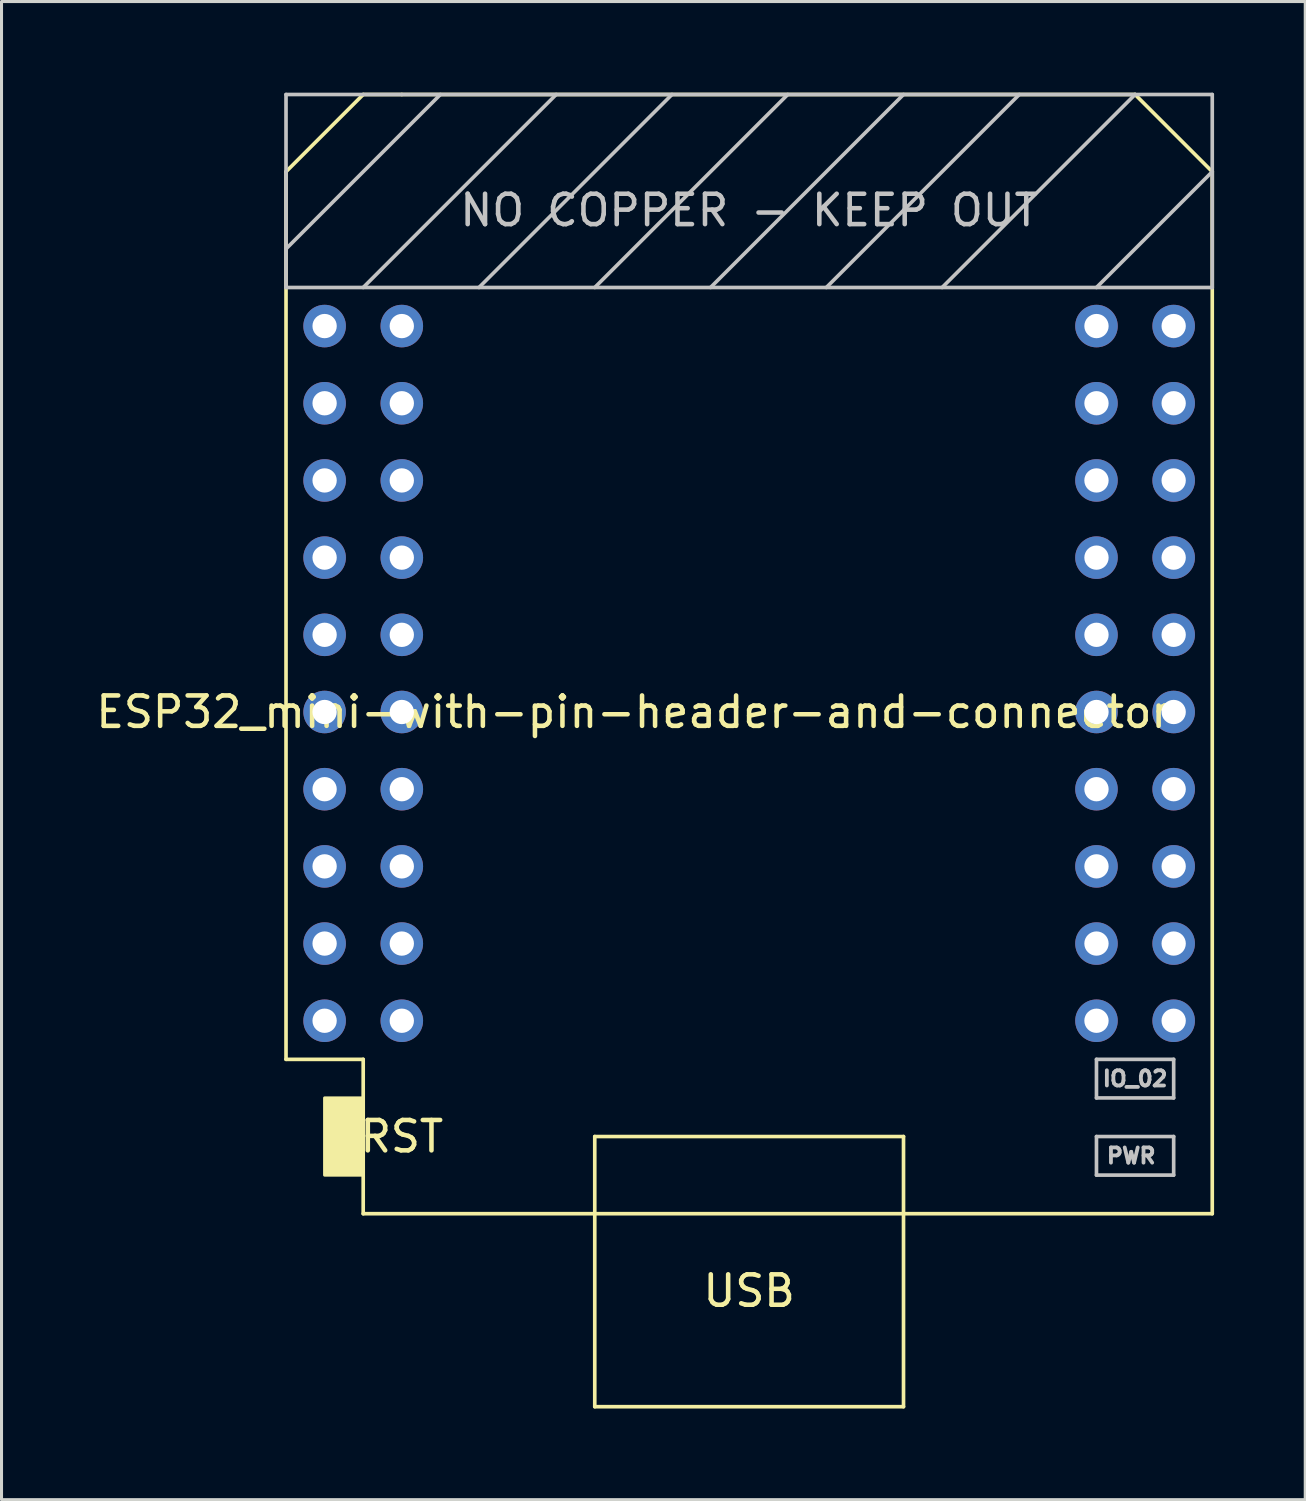
<source format=kicad_pcb>
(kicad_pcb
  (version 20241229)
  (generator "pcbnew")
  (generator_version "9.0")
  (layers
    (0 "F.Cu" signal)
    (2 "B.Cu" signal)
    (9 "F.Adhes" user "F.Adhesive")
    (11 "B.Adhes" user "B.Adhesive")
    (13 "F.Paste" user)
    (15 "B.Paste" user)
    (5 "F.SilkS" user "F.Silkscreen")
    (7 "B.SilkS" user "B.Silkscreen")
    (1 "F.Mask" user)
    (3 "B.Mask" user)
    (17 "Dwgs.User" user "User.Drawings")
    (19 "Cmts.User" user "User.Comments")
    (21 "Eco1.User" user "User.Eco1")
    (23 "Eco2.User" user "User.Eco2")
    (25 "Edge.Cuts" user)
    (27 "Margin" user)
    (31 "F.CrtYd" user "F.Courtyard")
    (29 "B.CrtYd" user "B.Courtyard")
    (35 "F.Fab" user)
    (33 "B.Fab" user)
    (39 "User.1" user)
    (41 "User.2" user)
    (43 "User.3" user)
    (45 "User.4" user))
  (footprint "ESP32_mini-with-pin-header-and-connector"
    (layer "F.Cu")
    (at 21.602 19.11)
    (property "Reference" "ESP32_mini-with-pin-header-and-connector" (at -3.81 1.27 0) (layer "F.SilkS") (effects (font (size 1 1) (thickness 0.15))))
    (attr through_hole)
    (fp_line (start -15.24 -16.51) (end -15.24 12.7) (stroke (width 0.12) (type solid)) (layer "F.SilkS"))
    (fp_line (start -15.24 12.7) (end -12.7 12.7) (stroke (width 0.12) (type solid)) (layer "F.SilkS"))
    (fp_line (start -12.7 -19.05) (end -15.24 -16.51) (stroke (width 0.12) (type solid)) (layer "F.SilkS"))
    (fp_line (start -12.7 -19.05) (end -11.43 -19.05) (stroke (width 0.12) (type solid)) (layer "F.SilkS"))
    (fp_line (start -12.7 12.7) (end -12.7 17.78) (stroke (width 0.12) (type solid)) (layer "F.SilkS"))
    (fp_line (start -12.7 17.78) (end 15.24 17.78) (stroke (width 0.12) (type solid)) (layer "F.SilkS"))
    (fp_line (start -5.08 15.24) (end 5.08 15.24) (stroke (width 0.12) (type solid)) (layer "F.SilkS"))
    (fp_line (start -5.08 17.78) (end -5.08 15.24) (stroke (width 0.12) (type solid)) (layer "F.SilkS"))
    (fp_line (start -5.08 17.78) (end -5.08 24.13) (stroke (width 0.12) (type solid)) (layer "F.SilkS"))
    (fp_line (start -5.08 24.13) (end 5.08 24.13) (stroke (width 0.12) (type solid)) (layer "F.SilkS"))
    (fp_line (start 5.08 15.24) (end 5.08 17.78) (stroke (width 0.12) (type solid)) (layer "F.SilkS"))
    (fp_line (start 5.08 24.13) (end 5.08 17.78) (stroke (width 0.12) (type solid)) (layer "F.SilkS"))
    (fp_line (start 12.7 -19.05) (end -11.43 -19.05) (stroke (width 0.12) (type solid)) (layer "F.SilkS"))
    (fp_line (start 12.7 -19.05) (end 15.24 -16.51) (stroke (width 0.12) (type solid)) (layer "F.SilkS"))
    (fp_line (start 15.24 -16.51) (end 15.24 17.78) (stroke (width 0.12) (type solid)) (layer "F.SilkS"))
    (fp_poly (pts (xy -13.97 16.51) (xy -13.97 13.97) (xy -12.7 13.97) (xy -12.7 16.51)) (stroke (width 0.1) (type solid)) (fill yes) (layer "F.SilkS"))
    (fp_line (start -15.24 -19.05) (end -15.24 -12.7) (stroke (width 0.12) (type solid)) (layer "Dwgs.User"))
    (fp_line (start -15.24 -12.7) (end 15.24 -12.7) (stroke (width 0.12) (type solid)) (layer "Dwgs.User"))
    (fp_line (start -10.16 -19.05) (end -15.24 -13.97) (stroke (width 0.12) (type solid)) (layer "Dwgs.User"))
    (fp_line (start -6.35 -19.05) (end -12.7 -12.7) (stroke (width 0.12) (type solid)) (layer "Dwgs.User"))
    (fp_line (start -2.54 -19.05) (end -8.89 -12.7) (stroke (width 0.12) (type solid)) (layer "Dwgs.User"))
    (fp_line (start 1.27 -19.05) (end -5.08 -12.7) (stroke (width 0.12) (type solid)) (layer "Dwgs.User"))
    (fp_line (start 5.08 -19.05) (end -1.27 -12.7) (stroke (width 0.12) (type solid)) (layer "Dwgs.User"))
    (fp_line (start 8.89 -19.05) (end 2.54 -12.7) (stroke (width 0.12) (type solid)) (layer "Dwgs.User"))
    (fp_line (start 11.43 12.7) (end 11.43 13.97) (stroke (width 0.12) (type solid)) (layer "Dwgs.User"))
    (fp_line (start 11.43 13.97) (end 13.97 13.97) (stroke (width 0.12) (type solid)) (layer "Dwgs.User"))
    (fp_line (start 11.43 15.24) (end 13.97 15.24) (stroke (width 0.12) (type solid)) (layer "Dwgs.User"))
    (fp_line (start 11.43 16.51) (end 11.43 15.24) (stroke (width 0.12) (type solid)) (layer "Dwgs.User"))
    (fp_line (start 12.7 -19.05) (end 6.35 -12.7) (stroke (width 0.12) (type solid)) (layer "Dwgs.User"))
    (fp_line (start 13.97 12.7) (end 11.43 12.7) (stroke (width 0.12) (type solid)) (layer "Dwgs.User"))
    (fp_line (start 13.97 13.97) (end 13.97 12.7) (stroke (width 0.12) (type solid)) (layer "Dwgs.User"))
    (fp_line (start 13.97 15.24) (end 13.97 16.51) (stroke (width 0.12) (type solid)) (layer "Dwgs.User"))
    (fp_line (start 13.97 16.51) (end 11.43 16.51) (stroke (width 0.12) (type solid)) (layer "Dwgs.User"))
    (fp_line (start 15.24 -19.05) (end -15.24 -19.05) (stroke (width 0.12) (type solid)) (layer "Dwgs.User"))
    (fp_line (start 15.24 -16.51) (end 11.43 -12.7) (stroke (width 0.12) (type solid)) (layer "Dwgs.User"))
    (fp_line (start 15.24 -12.7) (end 15.24 -19.05) (stroke (width 0.12) (type solid)) (layer "Dwgs.User"))
    (fp_text user "USB" (at 0 20.32 0) (layer "F.SilkS") (effects (font (size 1 1) (thickness 0.15))))
    (fp_text user "RST" (at -11.43 15.24 0) (layer "F.SilkS") (effects (font (size 1 1) (thickness 0.15))))
    (fp_text user "NO COPPER - KEEP OUT" (at 0 -15.24 0) (layer "Dwgs.User") (effects (font (size 1 1) (thickness 0.15))))
    (fp_text user "IO_02" (at 12.7 13.335 0) (layer "Dwgs.User") (effects (font (size 0.5 0.5) (thickness 0.125))))
    (fp_text user "PWR" (at 12.573 15.875 0) (layer "Dwgs.User") (effects (font (size 0.5 0.5) (thickness 0.125))))
    (pad "1" thru_hole circle (at -13.97 -11.43 270) (size 1.4 1.4) (drill 0.8) (layers "*.Cu" "*.Mask"))
    (pad "2" thru_hole circle (at -11.43 -11.43 270) (size 1.4 1.4) (drill 0.8) (layers "*.Cu" "*.Mask"))
    (pad "3" thru_hole circle (at -13.97 -8.89 270) (size 1.4 1.4) (drill 0.8) (layers "*.Cu" "*.Mask"))
    (pad "4" thru_hole circle (at -11.43 -8.89 270) (size 1.4 1.4) (drill 0.8) (layers "*.Cu" "*.Mask"))
    (pad "5" thru_hole circle (at -13.97 -6.35 270) (size 1.4 1.4) (drill 0.8) (layers "*.Cu" "*.Mask"))
    (pad "6" thru_hole circle (at -11.43 -6.35 270) (size 1.4 1.4) (drill 0.8) (layers "*.Cu" "*.Mask"))
    (pad "7" thru_hole circle (at -13.97 -3.81 270) (size 1.4 1.4) (drill 0.8) (layers "*.Cu" "*.Mask"))
    (pad "8" thru_hole circle (at -11.43 -3.81 270) (size 1.4 1.4) (drill 0.8) (layers "*.Cu" "*.Mask"))
    (pad "9" thru_hole circle (at -13.97 -1.27 270) (size 1.4 1.4) (drill 0.8) (layers "*.Cu" "*.Mask"))
    (pad "10" thru_hole circle (at -11.43 -1.27 270) (size 1.4 1.4) (drill 0.8) (layers "*.Cu" "*.Mask"))
    (pad "11" thru_hole circle (at -13.97 1.27 270) (size 1.4 1.4) (drill 0.8) (layers "*.Cu" "*.Mask"))
    (pad "12" thru_hole circle (at -11.43 1.27 270) (size 1.4 1.4) (drill 0.8) (layers "*.Cu" "*.Mask"))
    (pad "13" thru_hole circle (at -13.97 3.81 270) (size 1.4 1.4) (drill 0.8) (layers "*.Cu" "*.Mask"))
    (pad "14" thru_hole circle (at -11.43 3.81 270) (size 1.4 1.4) (drill 0.8) (layers "*.Cu" "*.Mask"))
    (pad "15" thru_hole circle (at -13.97 6.35 270) (size 1.4 1.4) (drill 0.8) (layers "*.Cu" "*.Mask"))
    (pad "16" thru_hole circle (at -11.43 6.35 270) (size 1.4 1.4) (drill 0.8) (layers "*.Cu" "*.Mask"))
    (pad "17" thru_hole circle (at -13.97 8.89 270) (size 1.4 1.4) (drill 0.8) (layers "*.Cu" "*.Mask"))
    (pad "18" thru_hole circle (at -11.43 8.89 270) (size 1.4 1.4) (drill 0.8) (layers "*.Cu" "*.Mask"))
    (pad "19" thru_hole circle (at -13.97 11.43 270) (size 1.4 1.4) (drill 0.8) (layers "*.Cu" "*.Mask"))
    (pad "20" thru_hole circle (at -11.43 11.43 270) (size 1.4 1.4) (drill 0.8) (layers "*.Cu" "*.Mask"))
    (pad "21" thru_hole circle (at 11.43 -11.43 270) (size 1.4 1.4) (drill 0.8) (layers "*.Cu" "*.Mask"))
    (pad "22" thru_hole circle (at 13.97 -11.43 270) (size 1.4 1.4) (drill 0.8) (layers "*.Cu" "*.Mask"))
    (pad "23" thru_hole circle (at 11.43 -8.89 270) (size 1.4 1.4) (drill 0.8) (layers "*.Cu" "*.Mask"))
    (pad "24" thru_hole circle (at 13.97 -8.89 270) (size 1.4 1.4) (drill 0.8) (layers "*.Cu" "*.Mask"))
    (pad "25" thru_hole circle (at 11.43 -6.35 270) (size 1.4 1.4) (drill 0.8) (layers "*.Cu" "*.Mask"))
    (pad "26" thru_hole circle (at 13.97 -6.35 270) (size 1.4 1.4) (drill 0.8) (layers "*.Cu" "*.Mask"))
    (pad "27" thru_hole circle (at 11.43 -3.81 270) (size 1.4 1.4) (drill 0.8) (layers "*.Cu" "*.Mask"))
    (pad "28" thru_hole circle (at 13.97 -3.81 270) (size 1.4 1.4) (drill 0.8) (layers "*.Cu" "*.Mask"))
    (pad "29" thru_hole circle (at 11.43 -1.27 270) (size 1.4 1.4) (drill 0.8) (layers "*.Cu" "*.Mask"))
    (pad "30" thru_hole circle (at 13.97 -1.27 270) (size 1.4 1.4) (drill 0.8) (layers "*.Cu" "*.Mask"))
    (pad "31" thru_hole circle (at 11.43 1.27 270) (size 1.4 1.4) (drill 0.8) (layers "*.Cu" "*.Mask"))
    (pad "32" thru_hole circle (at 13.97 1.27 270) (size 1.4 1.4) (drill 0.8) (layers "*.Cu" "*.Mask"))
    (pad "33" thru_hole circle (at 11.43 3.81 270) (size 1.4 1.4) (drill 0.8) (layers "*.Cu" "*.Mask"))
    (pad "34" thru_hole circle (at 13.97 3.81 270) (size 1.4 1.4) (drill 0.8) (layers "*.Cu" "*.Mask"))
    (pad "35" thru_hole circle (at 11.43 6.35 270) (size 1.4 1.4) (drill 0.8) (layers "*.Cu" "*.Mask"))
    (pad "36" thru_hole circle (at 13.97 6.35 270) (size 1.4 1.4) (drill 0.8) (layers "*.Cu" "*.Mask"))
    (pad "37" thru_hole circle (at 11.43 8.89 270) (size 1.4 1.4) (drill 0.8) (layers "*.Cu" "*.Mask"))
    (pad "38" thru_hole circle (at 13.97 8.89 270) (size 1.4 1.4) (drill 0.8) (layers "*.Cu" "*.Mask"))
    (pad "39" thru_hole circle (at 11.43 11.43 270) (size 1.4 1.4) (drill 0.8) (layers "*.Cu" "*.Mask"))
    (pad "40" thru_hole circle (at 13.97 11.43 270) (size 1.4 1.4) (drill 0.8) (layers "*.Cu" "*.Mask")))
  (gr_rect
    (start -3 -3)
    (end 39.902 46.3)
    (stroke (width 0.1) (type default))
    (fill no)
    (layer "Edge.Cuts")))
</source>
